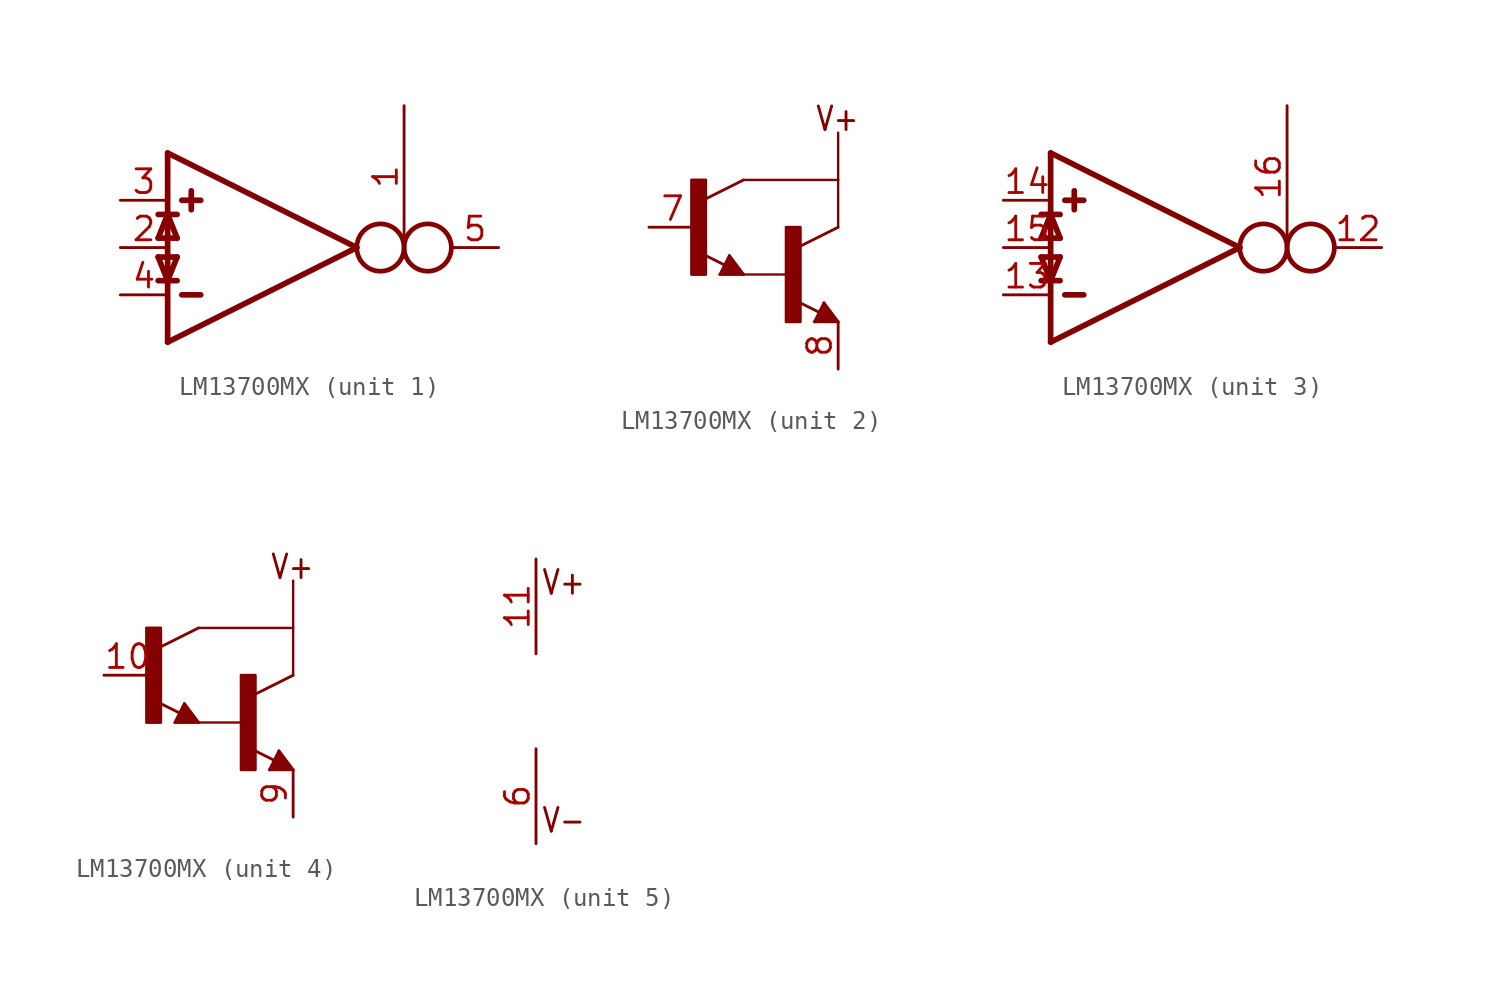
<source format=kicad_sym>
(kicad_symbol_lib
  (version 20231120)
  (generator "kicad_symbol_editor")
  (generator_version "8.0")
  (symbol "LM13700MX"
    (property "Reference" "IC"
      (at 5.08 2.54 0)
      (effects (font (size 1.778 1.511)) (justify left bottom) (hide yes)))
    (property "ki_locked" ""
      (at 0 0 0)
      (effects (font (size 1.27 1.27))))
    (symbol "LM13700MX_1_0"
      (polyline (pts (xy -5.588 -0.508) (xy -5.08 -1.778)) (stroke (width 0.305) (type solid)) (fill (type none)))
      (polyline (pts (xy -5.588 0.508) (xy -4.572 0.508)) (stroke (width 0.305) (type solid)) (fill (type none)))
      (polyline (pts (xy -5.588 1.778) (xy -4.572 1.778)) (stroke (width 0.305) (type solid)) (fill (type none)))
      (polyline (pts (xy -5.08 -5.08) (xy 5.08 0)) (stroke (width 0.305) (type solid)) (fill (type none)))
      (polyline (pts (xy -5.08 -1.778) (xy -4.572 -0.508)) (stroke (width 0.305) (type solid)) (fill (type none)))
      (polyline (pts (xy -5.08 1.778) (xy -5.588 0.508)) (stroke (width 0.305) (type solid)) (fill (type none)))
      (polyline (pts (xy -5.08 5.08) (xy -5.08 -5.08)) (stroke (width 0.305) (type solid)) (fill (type none)))
      (polyline (pts (xy -4.572 -1.778) (xy -5.588 -1.778)) (stroke (width 0.305) (type solid)) (fill (type none)))
      (polyline (pts (xy -4.572 -0.508) (xy -5.588 -0.508)) (stroke (width 0.305) (type solid)) (fill (type none)))
      (polyline (pts (xy -4.572 0.508) (xy -5.08 1.778)) (stroke (width 0.305) (type solid)) (fill (type none)))
      (polyline (pts (xy -4.318 -2.54) (xy -3.302 -2.54)) (stroke (width 0.305) (type solid)) (fill (type none)))
      (polyline (pts (xy -4.318 2.54) (xy -3.302 2.54)) (stroke (width 0.305) (type solid)) (fill (type none)))
      (polyline (pts (xy -3.81 3.048) (xy -3.81 2.032)) (stroke (width 0.305) (type solid)) (fill (type none)))
      (polyline (pts (xy 5.08 0) (xy -5.08 5.08)) (stroke (width 0.305) (type solid)) (fill (type none)))
      (circle (center 6.35 0) (radius 1.27) (stroke (width 0.254) (type solid)) (fill (type none)))
      (circle (center 8.89 0) (radius 1.27) (stroke (width 0.254) (type solid)) (fill (type none)))
      (pin input line (at 7.62 7.62 270) (length 7.62) (name "I_BIAS" (effects (font (size 0 0)))) (number "1" (effects (font (size 1.27 1.27)))))
      (pin input line (at -7.62 0 0) (length 2.54) (name "I_DIODE" (effects (font (size 0 0)))) (number "2" (effects (font (size 1.27 1.27)))))
      (pin input line (at -7.62 2.54 0) (length 2.54) (name "IN_P" (effects (font (size 0 0)))) (number "3" (effects (font (size 1.27 1.27)))))
      (pin input line (at -7.62 -2.54 0) (length 2.54) (name "IN_N" (effects (font (size 0 0)))) (number "4" (effects (font (size 1.27 1.27)))))
      (pin output line (at 12.7 0 180) (length 2.54) (name "OUT" (effects (font (size 0 0)))) (number "5" (effects (font (size 1.27 1.27))))))
    (symbol "LM13700MX_2_0"
      (rectangle (start -5.334 0) (end -4.572 5.08) (stroke (width 0) (type default)) (fill (type outline)))
      (rectangle (start -0.254 -2.54) (end 0.508 2.54) (stroke (width 0) (type default)) (fill (type outline)))
      (polyline (pts (xy -3.81 0) (xy -3.302 1.016)) (stroke (width 0.152) (type solid)) (fill (type none)))
      (polyline (pts (xy -3.556 0.127) (xy -2.794 0.127)) (stroke (width 0.254) (type solid)) (fill (type none)))
      (polyline (pts (xy -3.556 0.254) (xy -3.175 0.254)) (stroke (width 0.254) (type solid)) (fill (type none)))
      (polyline (pts (xy -3.54 0.5) (xy -4.772 1.116)) (stroke (width 0.152) (type solid)) (fill (type none)))
      (polyline (pts (xy -3.302 0.762) (xy -3.556 0.254)) (stroke (width 0.254) (type solid)) (fill (type none)))
      (polyline (pts (xy -3.302 1.016) (xy -2.54 0)) (stroke (width 0.152) (type solid)) (fill (type none)))
      (polyline (pts (xy -3.175 0.254) (xy -3.302 0.508)) (stroke (width 0.254) (type solid)) (fill (type none)))
      (polyline (pts (xy -2.794 0.127) (xy -3.302 0.762)) (stroke (width 0.254) (type solid)) (fill (type none)))
      (polyline (pts (xy -2.54 0) (xy -3.81 0)) (stroke (width 0.152) (type solid)) (fill (type none)))
      (polyline (pts (xy -2.54 5.08) (xy -4.572 4.064)) (stroke (width 0.152) (type solid)) (fill (type none)))
      (polyline (pts (xy -2.54 5.08) (xy 2.54 5.08)) (stroke (width 0.127) (type solid)) (fill (type none)))
      (polyline (pts (xy 0 0) (xy -2.54 0)) (stroke (width 0.127) (type solid)) (fill (type none)))
      (polyline (pts (xy 1.27 -2.54) (xy 1.778 -1.524)) (stroke (width 0.152) (type solid)) (fill (type none)))
      (polyline (pts (xy 1.524 -2.413) (xy 2.286 -2.413)) (stroke (width 0.254) (type solid)) (fill (type none)))
      (polyline (pts (xy 1.524 -2.286) (xy 1.905 -2.286)) (stroke (width 0.254) (type solid)) (fill (type none)))
      (polyline (pts (xy 1.54 -2.04) (xy 0.308 -1.424)) (stroke (width 0.152) (type solid)) (fill (type none)))
      (polyline (pts (xy 1.778 -1.778) (xy 1.524 -2.286)) (stroke (width 0.254) (type solid)) (fill (type none)))
      (polyline (pts (xy 1.778 -1.524) (xy 2.54 -2.54)) (stroke (width 0.152) (type solid)) (fill (type none)))
      (polyline (pts (xy 1.905 -2.286) (xy 1.778 -2.032)) (stroke (width 0.254) (type solid)) (fill (type none)))
      (polyline (pts (xy 2.286 -2.413) (xy 1.778 -1.778)) (stroke (width 0.254) (type solid)) (fill (type none)))
      (polyline (pts (xy 2.54 -2.54) (xy 1.27 -2.54)) (stroke (width 0.152) (type solid)) (fill (type none)))
      (polyline (pts (xy 2.54 2.54) (xy 0.508 1.524)) (stroke (width 0.152) (type solid)) (fill (type none)))
      (polyline (pts (xy 2.54 2.54) (xy 2.54 5.08)) (stroke (width 0.127) (type solid)) (fill (type none)))
      (polyline (pts (xy 2.54 5.08) (xy 2.54 7.62)) (stroke (width 0.127) (type solid)) (fill (type none)))
      (text "V+" (at 1.27 7.62 0) (effects (font (size 1.27 1.079)) (justify left bottom)))
      (pin passive line (at -7.62 2.54 0) (length 2.54) (name "B" (effects (font (size 0 0)))) (number "7" (effects (font (size 1.27 1.27)))))
      (pin passive line (at 2.54 -5.08 90) (length 2.54) (name "E" (effects (font (size 0 0)))) (number "8" (effects (font (size 1.27 1.27))))))
    (symbol "LM13700MX_3_0"
      (polyline (pts (xy -5.588 -0.508) (xy -5.08 -1.778)) (stroke (width 0.305) (type solid)) (fill (type none)))
      (polyline (pts (xy -5.588 0.508) (xy -4.572 0.508)) (stroke (width 0.305) (type solid)) (fill (type none)))
      (polyline (pts (xy -5.588 1.778) (xy -4.572 1.778)) (stroke (width 0.305) (type solid)) (fill (type none)))
      (polyline (pts (xy -5.08 -5.08) (xy 5.08 0)) (stroke (width 0.305) (type solid)) (fill (type none)))
      (polyline (pts (xy -5.08 -1.778) (xy -4.572 -0.508)) (stroke (width 0.305) (type solid)) (fill (type none)))
      (polyline (pts (xy -5.08 1.778) (xy -5.588 0.508)) (stroke (width 0.305) (type solid)) (fill (type none)))
      (polyline (pts (xy -5.08 5.08) (xy -5.08 -5.08)) (stroke (width 0.305) (type solid)) (fill (type none)))
      (polyline (pts (xy -4.572 -1.778) (xy -5.588 -1.778)) (stroke (width 0.305) (type solid)) (fill (type none)))
      (polyline (pts (xy -4.572 -0.508) (xy -5.588 -0.508)) (stroke (width 0.305) (type solid)) (fill (type none)))
      (polyline (pts (xy -4.572 0.508) (xy -5.08 1.778)) (stroke (width 0.305) (type solid)) (fill (type none)))
      (polyline (pts (xy -4.318 -2.54) (xy -3.302 -2.54)) (stroke (width 0.305) (type solid)) (fill (type none)))
      (polyline (pts (xy -4.318 2.54) (xy -3.302 2.54)) (stroke (width 0.305) (type solid)) (fill (type none)))
      (polyline (pts (xy -3.81 3.048) (xy -3.81 2.032)) (stroke (width 0.305) (type solid)) (fill (type none)))
      (polyline (pts (xy 5.08 0) (xy -5.08 5.08)) (stroke (width 0.305) (type solid)) (fill (type none)))
      (circle (center 6.35 0) (radius 1.27) (stroke (width 0.254) (type solid)) (fill (type none)))
      (circle (center 8.89 0) (radius 1.27) (stroke (width 0.254) (type solid)) (fill (type none)))
      (pin output line (at 12.7 0 180) (length 2.54) (name "OUT" (effects (font (size 0 0)))) (number "12" (effects (font (size 1.27 1.27)))))
      (pin input line (at -7.62 -2.54 0) (length 2.54) (name "IN_N" (effects (font (size 0 0)))) (number "13" (effects (font (size 1.27 1.27)))))
      (pin input line (at -7.62 2.54 0) (length 2.54) (name "IN_P" (effects (font (size 0 0)))) (number "14" (effects (font (size 1.27 1.27)))))
      (pin input line (at -7.62 0 0) (length 2.54) (name "I_DIODE" (effects (font (size 0 0)))) (number "15" (effects (font (size 1.27 1.27)))))
      (pin input line (at 7.62 7.62 270) (length 7.62) (name "I_BIAS" (effects (font (size 0 0)))) (number "16" (effects (font (size 1.27 1.27))))))
    (symbol "LM13700MX_4_0"
      (rectangle (start -5.334 0) (end -4.572 5.08) (stroke (width 0) (type default)) (fill (type outline)))
      (rectangle (start -0.254 -2.54) (end 0.508 2.54) (stroke (width 0) (type default)) (fill (type outline)))
      (polyline (pts (xy -3.81 0) (xy -3.302 1.016)) (stroke (width 0.152) (type solid)) (fill (type none)))
      (polyline (pts (xy -3.556 0.127) (xy -2.794 0.127)) (stroke (width 0.254) (type solid)) (fill (type none)))
      (polyline (pts (xy -3.556 0.254) (xy -3.175 0.254)) (stroke (width 0.254) (type solid)) (fill (type none)))
      (polyline (pts (xy -3.54 0.5) (xy -4.772 1.116)) (stroke (width 0.152) (type solid)) (fill (type none)))
      (polyline (pts (xy -3.302 0.762) (xy -3.556 0.254)) (stroke (width 0.254) (type solid)) (fill (type none)))
      (polyline (pts (xy -3.302 1.016) (xy -2.54 0)) (stroke (width 0.152) (type solid)) (fill (type none)))
      (polyline (pts (xy -3.175 0.254) (xy -3.302 0.508)) (stroke (width 0.254) (type solid)) (fill (type none)))
      (polyline (pts (xy -2.794 0.127) (xy -3.302 0.762)) (stroke (width 0.254) (type solid)) (fill (type none)))
      (polyline (pts (xy -2.54 0) (xy -3.81 0)) (stroke (width 0.152) (type solid)) (fill (type none)))
      (polyline (pts (xy -2.54 5.08) (xy -4.572 4.064)) (stroke (width 0.152) (type solid)) (fill (type none)))
      (polyline (pts (xy -2.54 5.08) (xy 2.54 5.08)) (stroke (width 0.127) (type solid)) (fill (type none)))
      (polyline (pts (xy 0 0) (xy -2.54 0)) (stroke (width 0.127) (type solid)) (fill (type none)))
      (polyline (pts (xy 1.27 -2.54) (xy 1.778 -1.524)) (stroke (width 0.152) (type solid)) (fill (type none)))
      (polyline (pts (xy 1.524 -2.413) (xy 2.286 -2.413)) (stroke (width 0.254) (type solid)) (fill (type none)))
      (polyline (pts (xy 1.524 -2.286) (xy 1.905 -2.286)) (stroke (width 0.254) (type solid)) (fill (type none)))
      (polyline (pts (xy 1.54 -2.04) (xy 0.308 -1.424)) (stroke (width 0.152) (type solid)) (fill (type none)))
      (polyline (pts (xy 1.778 -1.778) (xy 1.524 -2.286)) (stroke (width 0.254) (type solid)) (fill (type none)))
      (polyline (pts (xy 1.778 -1.524) (xy 2.54 -2.54)) (stroke (width 0.152) (type solid)) (fill (type none)))
      (polyline (pts (xy 1.905 -2.286) (xy 1.778 -2.032)) (stroke (width 0.254) (type solid)) (fill (type none)))
      (polyline (pts (xy 2.286 -2.413) (xy 1.778 -1.778)) (stroke (width 0.254) (type solid)) (fill (type none)))
      (polyline (pts (xy 2.54 -2.54) (xy 1.27 -2.54)) (stroke (width 0.152) (type solid)) (fill (type none)))
      (polyline (pts (xy 2.54 2.54) (xy 0.508 1.524)) (stroke (width 0.152) (type solid)) (fill (type none)))
      (polyline (pts (xy 2.54 2.54) (xy 2.54 5.08)) (stroke (width 0.127) (type solid)) (fill (type none)))
      (polyline (pts (xy 2.54 5.08) (xy 2.54 7.62)) (stroke (width 0.127) (type solid)) (fill (type none)))
      (text "V+" (at 1.27 7.62 0) (effects (font (size 1.27 1.079)) (justify left bottom)))
      (pin passive line (at -7.62 2.54 0) (length 2.54) (name "B" (effects (font (size 0 0)))) (number "10" (effects (font (size 1.27 1.27)))))
      (pin passive line (at 2.54 -5.08 90) (length 2.54) (name "E" (effects (font (size 0 0)))) (number "9" (effects (font (size 1.27 1.27))))))
    (symbol "LM13700MX_5_0"
      (text "V+" (at 0.254 7.112 0) (effects (font (size 1.27 1.079)) (justify left top)))
      (text "V-" (at 0.254 -7.112 0) (effects (font (size 1.27 1.079)) (justify left bottom)))
      (pin power_in line (at 0 7.62 270) (length 5.08) (name "V+" (effects (font (size 0 0)))) (number "11" (effects (font (size 1.27 1.27)))))
      (pin power_in line (at 0 -7.62 90) (length 5.08) (name "V-" (effects (font (size 0 0)))) (number "6" (effects (font (size 1.27 1.27))))))))
</source>
